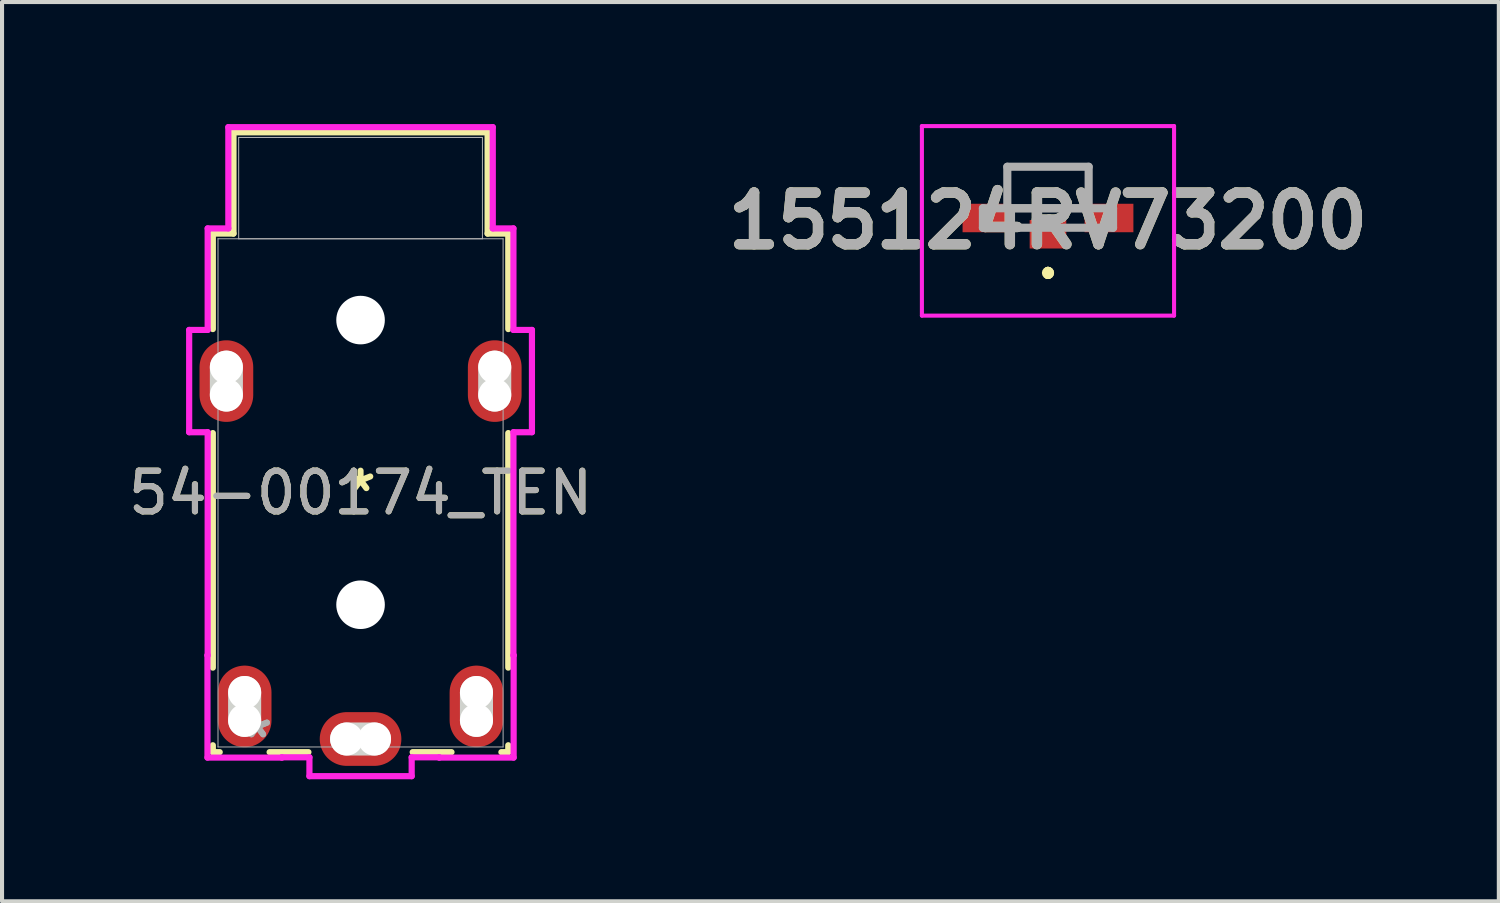
<source format=kicad_pcb>
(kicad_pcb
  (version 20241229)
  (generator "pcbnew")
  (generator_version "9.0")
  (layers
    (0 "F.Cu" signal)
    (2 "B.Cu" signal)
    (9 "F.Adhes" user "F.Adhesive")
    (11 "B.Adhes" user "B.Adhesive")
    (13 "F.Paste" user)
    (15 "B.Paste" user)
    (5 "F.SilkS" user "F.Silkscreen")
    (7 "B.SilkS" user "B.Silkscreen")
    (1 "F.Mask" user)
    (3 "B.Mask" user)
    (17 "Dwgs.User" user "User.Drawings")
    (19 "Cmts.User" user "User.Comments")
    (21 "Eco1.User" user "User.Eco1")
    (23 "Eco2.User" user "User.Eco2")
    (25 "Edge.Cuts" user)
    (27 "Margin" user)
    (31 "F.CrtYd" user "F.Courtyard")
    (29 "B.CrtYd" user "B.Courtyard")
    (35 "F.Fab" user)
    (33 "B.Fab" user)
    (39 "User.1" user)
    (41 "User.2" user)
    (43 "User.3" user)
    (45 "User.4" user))
  (footprint "54-00174_TEN"
    (layer "F.Cu")
    (at 5.815 9.068)
    (property "Reference" "54-00174_TEN" (at 0 0 0) (unlocked yes) (layer "F.SilkS") (effects (font (size 1 1) (thickness 0.15))))
    (attr smd)
    (fp_line (start -3.632 -6.375) (end -3.124 -6.375) (stroke (width 0.152) (type solid)) (layer "F.SilkS"))
    (fp_line (start -3.632 -4.027) (end -3.632 -6.375) (stroke (width 0.152) (type solid)) (layer "F.SilkS"))
    (fp_line (start -3.632 4.297) (end -3.632 -1.47) (stroke (width 0.152) (type solid)) (layer "F.SilkS"))
    (fp_line (start -3.632 6.375) (end -3.632 6.206) (stroke (width 0.152) (type solid)) (layer "F.SilkS"))
    (fp_line (start -3.463 6.375) (end -3.632 6.375) (stroke (width 0.152) (type solid)) (layer "F.SilkS"))
    (fp_line (start -3.124 -8.865) (end 3.124 -8.865) (stroke (width 0.152) (type solid)) (layer "F.SilkS"))
    (fp_line (start -3.124 -6.375) (end -3.124 -8.865) (stroke (width 0.152) (type solid)) (layer "F.SilkS"))
    (fp_line (start -1.282 6.375) (end -2.236 6.375) (stroke (width 0.152) (type solid)) (layer "F.SilkS"))
    (fp_line (start 2.236 6.375) (end 1.282 6.375) (stroke (width 0.152) (type solid)) (layer "F.SilkS"))
    (fp_line (start 3.124 -8.865) (end 3.124 -6.375) (stroke (width 0.152) (type solid)) (layer "F.SilkS"))
    (fp_line (start 3.124 -6.375) (end 3.632 -6.375) (stroke (width 0.152) (type solid)) (layer "F.SilkS"))
    (fp_line (start 3.632 -6.375) (end 3.632 -4.027) (stroke (width 0.152) (type solid)) (layer "F.SilkS"))
    (fp_line (start 3.632 -1.47) (end 3.632 4.297) (stroke (width 0.152) (type solid)) (layer "F.SilkS"))
    (fp_line (start 3.632 6.206) (end 3.632 6.375) (stroke (width 0.152) (type solid)) (layer "F.SilkS"))
    (fp_line (start 3.632 6.375) (end 3.463 6.375) (stroke (width 0.152) (type solid)) (layer "F.SilkS"))
    (fp_line (start -3.299 -2.405) (end -3.299 -3.091) (stroke (width 0.813) (type solid)) (layer "Edge.Cuts"))
    (fp_line (start -2.85 5.594) (end -2.85 4.909) (stroke (width 0.813) (type solid)) (layer "Edge.Cuts"))
    (fp_line (start -0.343 6.052) (end 0.343 6.052) (stroke (width 0.813) (type solid)) (layer "Edge.Cuts"))
    (fp_line (start 2.85 5.594) (end 2.85 4.909) (stroke (width 0.813) (type solid)) (layer "Edge.Cuts"))
    (fp_line (start 3.299 -2.405) (end 3.299 -3.091) (stroke (width 0.813) (type solid)) (layer "Edge.Cuts"))
    (fp_line (start -4.214 -4.006) (end -4.214 -1.491) (stroke (width 0.152) (type solid)) (layer "F.CrtYd"))
    (fp_line (start -4.214 -1.491) (end -3.759 -1.491) (stroke (width 0.152) (type solid)) (layer "F.CrtYd"))
    (fp_line (start -3.764 3.994) (end -3.764 6.509) (stroke (width 0.152) (type solid)) (layer "F.CrtYd"))
    (fp_line (start -3.764 6.509) (end -1.935 6.509) (stroke (width 0.152) (type solid)) (layer "F.CrtYd"))
    (fp_line (start -3.759 -6.502) (end -3.759 -4.006) (stroke (width 0.152) (type solid)) (layer "F.CrtYd"))
    (fp_line (start -3.759 -4.006) (end -4.214 -4.006) (stroke (width 0.152) (type solid)) (layer "F.CrtYd"))
    (fp_line (start -3.759 -1.491) (end -3.759 3.994) (stroke (width 0.152) (type solid)) (layer "F.CrtYd"))
    (fp_line (start -3.759 3.994) (end -3.764 3.994) (stroke (width 0.152) (type solid)) (layer "F.CrtYd"))
    (fp_line (start -3.251 -8.992) (end -3.251 -6.502) (stroke (width 0.152) (type solid)) (layer "F.CrtYd"))
    (fp_line (start -3.251 -6.502) (end -3.759 -6.502) (stroke (width 0.152) (type solid)) (layer "F.CrtYd"))
    (fp_line (start -1.935 6.502) (end -1.257 6.502) (stroke (width 0.152) (type solid)) (layer "F.CrtYd"))
    (fp_line (start -1.935 6.509) (end -1.935 6.502) (stroke (width 0.152) (type solid)) (layer "F.CrtYd"))
    (fp_line (start -1.257 6.502) (end -1.257 6.966) (stroke (width 0.152) (type solid)) (layer "F.CrtYd"))
    (fp_line (start -1.257 6.966) (end 1.257 6.966) (stroke (width 0.152) (type solid)) (layer "F.CrtYd"))
    (fp_line (start 1.257 6.502) (end 1.935 6.502) (stroke (width 0.152) (type solid)) (layer "F.CrtYd"))
    (fp_line (start 1.257 6.966) (end 1.257 6.502) (stroke (width 0.152) (type solid)) (layer "F.CrtYd"))
    (fp_line (start 1.935 6.502) (end 1.935 6.509) (stroke (width 0.152) (type solid)) (layer "F.CrtYd"))
    (fp_line (start 1.935 6.509) (end 3.764 6.509) (stroke (width 0.152) (type solid)) (layer "F.CrtYd"))
    (fp_line (start 3.251 -8.992) (end -3.251 -8.992) (stroke (width 0.152) (type solid)) (layer "F.CrtYd"))
    (fp_line (start 3.251 -6.502) (end 3.251 -8.992) (stroke (width 0.152) (type solid)) (layer "F.CrtYd"))
    (fp_line (start 3.759 -6.502) (end 3.251 -6.502) (stroke (width 0.152) (type solid)) (layer "F.CrtYd"))
    (fp_line (start 3.759 -4.006) (end 3.759 -6.502) (stroke (width 0.152) (type solid)) (layer "F.CrtYd"))
    (fp_line (start 3.759 -1.491) (end 4.214 -1.491) (stroke (width 0.152) (type solid)) (layer "F.CrtYd"))
    (fp_line (start 3.759 3.994) (end 3.759 -1.491) (stroke (width 0.152) (type solid)) (layer "F.CrtYd"))
    (fp_line (start 3.764 3.994) (end 3.759 3.994) (stroke (width 0.152) (type solid)) (layer "F.CrtYd"))
    (fp_line (start 3.764 6.509) (end 3.764 3.994) (stroke (width 0.152) (type solid)) (layer "F.CrtYd"))
    (fp_line (start 4.214 -4.006) (end 3.759 -4.006) (stroke (width 0.152) (type solid)) (layer "F.CrtYd"))
    (fp_line (start 4.214 -1.491) (end 4.214 -4.006) (stroke (width 0.152) (type solid)) (layer "F.CrtYd"))
    (fp_line (start -3.505 -6.248) (end -3.505 6.248) (stroke (width 0.025) (type solid)) (layer "F.Fab"))
    (fp_line (start -3.505 6.248) (end 3.505 6.248) (stroke (width 0.025) (type solid)) (layer "F.Fab"))
    (fp_line (start -2.997 -8.738) (end -2.997 -6.248) (stroke (width 0.025) (type solid)) (layer "F.Fab"))
    (fp_line (start -2.997 -6.248) (end 2.997 -6.248) (stroke (width 0.025) (type solid)) (layer "F.Fab"))
    (fp_line (start 2.997 -8.738) (end -2.997 -8.738) (stroke (width 0.025) (type solid)) (layer "F.Fab"))
    (fp_line (start 2.997 -6.248) (end 2.997 -8.738) (stroke (width 0.025) (type solid)) (layer "F.Fab"))
    (fp_line (start 3.505 -6.248) (end -3.505 -6.248) (stroke (width 0.025) (type solid)) (layer "F.Fab"))
    (fp_line (start 3.505 6.248) (end 3.505 -6.248) (stroke (width 0.025) (type solid)) (layer "F.Fab"))
    (fp_text user "*" (at 0 0 0) (layer "F.SilkS") (effects (font (size 1 1) (thickness 0.15))))
    (fp_text user "${REFERENCE}" (at 0 0 0) (unlocked yes) (layer "F.Fab") (effects (font (size 1 1) (thickness 0.15))))
    (fp_text user "*" (at -2.54 6.052 0) (layer "F.Fab") (effects (font (size 1 1) (thickness 0.15))))
    (fp_text user "*" (at -2.54 6.052 0) (unlocked yes) (layer "F.Fab") (effects (font (size 1 1) (thickness 0.15))))
    (pad "" np_thru_hole circle (at -3.299 -3.091) (size 0.813 0.813) (drill 0.813) (layers "*.Cu" "*.Mask"))
    (pad "" np_thru_hole circle (at -3.299 -2.405) (size 0.813 0.813) (drill 0.813) (layers "*.Cu" "*.Mask"))
    (pad "" np_thru_hole circle (at -2.85 4.909) (size 0.813 0.813) (drill 0.813) (layers "*.Cu" "*.Mask"))
    (pad "" np_thru_hole circle (at -2.85 5.594) (size 0.813 0.813) (drill 0.813) (layers "*.Cu" "*.Mask"))
    (pad "" np_thru_hole circle (at -0.343 6.052) (size 0.813 0.813) (drill 0.813) (layers "*.Cu" "*.Mask"))
    (pad "" np_thru_hole circle (at 0 -4.248) (size 1.194 1.194) (drill 1.194) (layers "*.Cu" "*.Mask"))
    (pad "" np_thru_hole circle (at 0 2.751) (size 1.194 1.194) (drill 1.194) (layers "*.Cu" "*.Mask"))
    (pad "" np_thru_hole circle (at 0.343 6.052) (size 0.813 0.813) (drill 0.813) (layers "*.Cu" "*.Mask"))
    (pad "" np_thru_hole circle (at 2.85 4.909) (size 0.813 0.813) (drill 0.813) (layers "*.Cu" "*.Mask"))
    (pad "" np_thru_hole circle (at 2.85 5.594) (size 0.813 0.813) (drill 0.813) (layers "*.Cu" "*.Mask"))
    (pad "" np_thru_hole circle (at 3.299 -3.091) (size 0.813 0.813) (drill 0.813) (layers "*.Cu" "*.Mask"))
    (pad "" np_thru_hole circle (at 3.299 -2.405) (size 0.813 0.813) (drill 0.813) (layers "*.Cu" "*.Mask"))
    (pad "1" smd oval (at 0 6.052) (size 2.007 1.321) (layers "F.Cu" "F.Mask" "F.Paste"))
    (pad "2" smd oval (at 2.85 5.251) (size 1.321 2.007) (layers "F.Cu" "F.Mask" "F.Paste"))
    (pad "3" smd oval (at -2.85 5.251) (size 1.321 2.007) (layers "F.Cu" "F.Mask" "F.Paste"))
    (pad "4" smd oval (at -3.299 -2.748) (size 1.321 2.007) (layers "F.Cu" "F.Mask" "F.Paste"))
    (pad "5" smd oval (at 3.299 -2.748) (size 1.321 2.007) (layers "F.Cu" "F.Mask" "F.Paste")))
  (footprint "155124RV73200"
    (layer "F.Cu")
    (at 22.717 2.71)
    (property "Reference" "155124RV73200" (at 0 -0.33 0) (layer "F.SilkS") (effects (font (size 1.27 1.27) (thickness 0.254))))
    (attr smd)
    (fp_line (start -1 -1.66) (end -1 -1.66) (stroke (width 0.1) (type solid)) (layer "F.SilkS"))
    (fp_line (start -1 -1.66) (end -1 -1.66) (stroke (width 0.1) (type solid)) (layer "F.SilkS"))
    (fp_line (start -1 -1.66) (end -1 -1.5) (stroke (width 0.1) (type solid)) (layer "F.SilkS"))
    (fp_line (start -1 -1.66) (end 1 -1.66) (stroke (width 0.1) (type solid)) (layer "F.SilkS"))
    (fp_line (start -1 -1.5) (end -1 -1.66) (stroke (width 0.1) (type solid)) (layer "F.SilkS"))
    (fp_line (start -1 -1.5) (end -1 -1.5) (stroke (width 0.1) (type solid)) (layer "F.SilkS"))
    (fp_line (start -0.25 -0.64) (end -0.25 -0.64) (stroke (width 0.1) (type solid)) (layer "F.SilkS"))
    (fp_line (start -0.25 -0.64) (end 0.25 -0.64) (stroke (width 0.1) (type solid)) (layer "F.SilkS"))
    (fp_line (start 0 0.9) (end 0 0.9) (stroke (width 0.2) (type solid)) (layer "F.SilkS"))
    (fp_line (start 0 1) (end 0 1) (stroke (width 0.2) (type solid)) (layer "F.SilkS"))
    (fp_line (start 0 1) (end 0 1) (stroke (width 0.2) (type solid)) (layer "F.SilkS"))
    (fp_line (start 0.25 -0.64) (end -0.25 -0.64) (stroke (width 0.1) (type solid)) (layer "F.SilkS"))
    (fp_line (start 0.25 -0.64) (end 0.25 -0.64) (stroke (width 0.1) (type solid)) (layer "F.SilkS"))
    (fp_line (start 1 -1.66) (end -1 -1.66) (stroke (width 0.1) (type solid)) (layer "F.SilkS"))
    (fp_line (start 1 -1.66) (end 1 -1.66) (stroke (width 0.1) (type solid)) (layer "F.SilkS"))
    (fp_line (start 1 -1.66) (end 1 -1.66) (stroke (width 0.1) (type solid)) (layer "F.SilkS"))
    (fp_line (start 1 -1.66) (end 1 -1.5) (stroke (width 0.1) (type solid)) (layer "F.SilkS"))
    (fp_line (start 1 -1.5) (end 1 -1.66) (stroke (width 0.1) (type solid)) (layer "F.SilkS"))
    (fp_line (start 1 -1.5) (end 1 -1.5) (stroke (width 0.1) (type solid)) (layer "F.SilkS"))
    (fp_arc (start 0 0.9) (mid 0.05 0.95) (end 0 1) (stroke (width 0.2) (type solid)) (layer "F.SilkS"))
    (fp_arc (start 0 0.9) (mid 0.05 0.95) (end 0 1) (stroke (width 0.2) (type solid)) (layer "F.SilkS"))
    (fp_arc (start 0 1) (mid -0.05 0.95) (end 0 0.9) (stroke (width 0.2) (type solid)) (layer "F.SilkS"))
    (fp_line (start -3.1 -2.66) (end 3.1 -2.66) (stroke (width 0.1) (type solid)) (layer "F.CrtYd"))
    (fp_line (start -3.1 2) (end -3.1 -2.66) (stroke (width 0.1) (type solid)) (layer "F.CrtYd"))
    (fp_line (start 3.1 -2.66) (end 3.1 2) (stroke (width 0.1) (type solid)) (layer "F.CrtYd"))
    (fp_line (start 3.1 2) (end -3.1 2) (stroke (width 0.1) (type solid)) (layer "F.CrtYd"))
    (fp_line (start -1.6 -0.64) (end -1.6 -0.16) (stroke (width 0.2) (type solid)) (layer "F.Fab"))
    (fp_line (start -1.6 -0.16) (end 1.6 -0.16) (stroke (width 0.2) (type solid)) (layer "F.Fab"))
    (fp_line (start -1 -1.66) (end 1 -1.66) (stroke (width 0.2) (type solid)) (layer "F.Fab"))
    (fp_line (start -1 -0.64) (end -1 -1.66) (stroke (width 0.2) (type solid)) (layer "F.Fab"))
    (fp_line (start 1 -1.66) (end 1 -0.64) (stroke (width 0.2) (type solid)) (layer "F.Fab"))
    (fp_line (start 1 -0.64) (end -1 -0.64) (stroke (width 0.2) (type solid)) (layer "F.Fab"))
    (fp_line (start 1.6 -0.64) (end -1.6 -0.64) (stroke (width 0.2) (type solid)) (layer "F.Fab"))
    (fp_line (start 1.6 -0.16) (end 1.6 -0.64) (stroke (width 0.2) (type solid)) (layer "F.Fab"))
    (fp_text user "${REFERENCE}" (at 0 -0.33 0) (layer "F.Fab") (effects (font (size 1.27 1.27) (thickness 0.254))))
    (pad "1" smd rect (at 0 0 90) (size 0.7 0.9) (layers "F.Cu" "F.Mask" "F.Paste"))
    (pad "2" smd rect (at 1.5 -0.4 90) (size 0.7 1.2) (layers "F.Cu" "F.Mask" "F.Paste"))
    (pad "3" smd rect (at -1.5 -0.4 90) (size 0.7 1.2) (layers "F.Cu" "F.Mask" "F.Paste")))
  (gr_rect
    (start -3 -3)
    (end 33.802 19.11)
    (stroke (width 0.1) (type default))
    (fill no)
    (layer "Edge.Cuts")))
</source>
